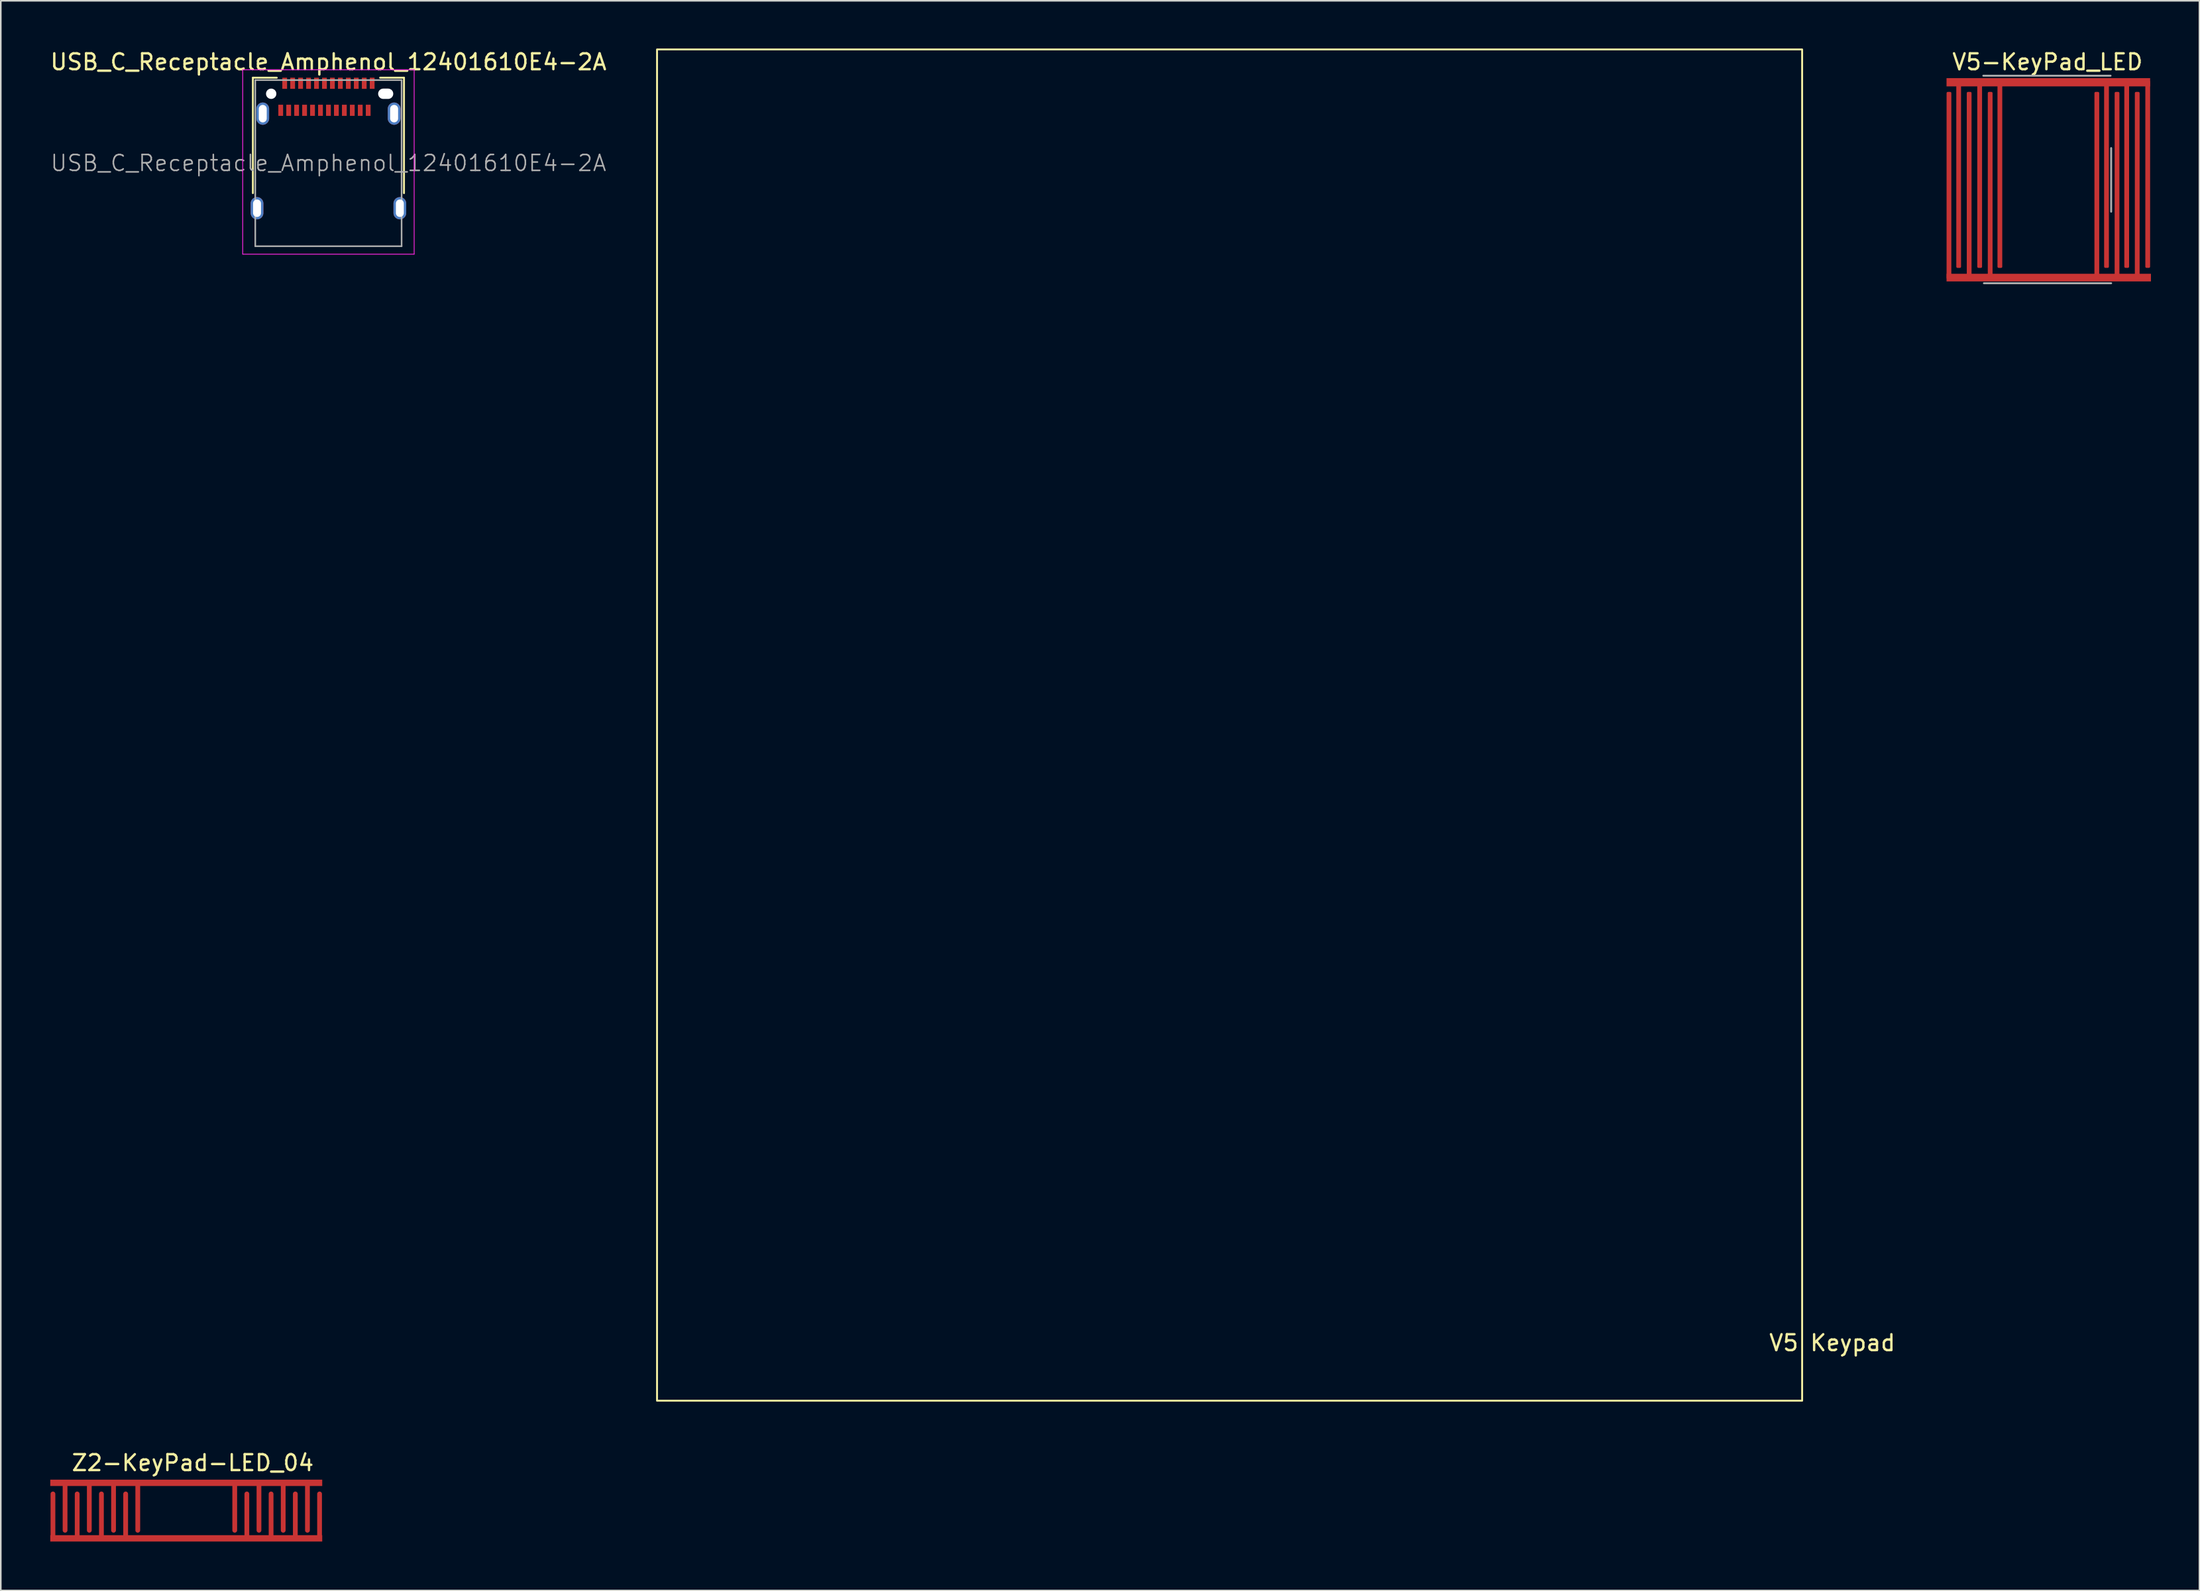
<source format=kicad_pcb>
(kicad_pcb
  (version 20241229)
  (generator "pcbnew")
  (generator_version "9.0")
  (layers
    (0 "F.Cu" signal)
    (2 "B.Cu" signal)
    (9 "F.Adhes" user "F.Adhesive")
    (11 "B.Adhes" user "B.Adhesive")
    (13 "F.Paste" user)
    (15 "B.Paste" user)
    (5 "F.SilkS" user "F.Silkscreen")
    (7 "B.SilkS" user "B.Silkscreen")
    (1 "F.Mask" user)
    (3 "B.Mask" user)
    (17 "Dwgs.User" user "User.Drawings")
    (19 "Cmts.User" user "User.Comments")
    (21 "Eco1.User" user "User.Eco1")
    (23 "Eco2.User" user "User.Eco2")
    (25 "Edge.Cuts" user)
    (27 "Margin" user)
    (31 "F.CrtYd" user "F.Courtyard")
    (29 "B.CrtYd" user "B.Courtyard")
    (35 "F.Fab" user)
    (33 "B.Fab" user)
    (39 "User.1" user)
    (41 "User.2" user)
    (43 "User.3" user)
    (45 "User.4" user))
  (footprint "USB_C_Receptacle_Amphenol_12401610E4-2A"
    (layer "F.Cu")
    (at 17.601 7.208)
    (property "Reference" "USB_C_Receptacle_Amphenol_12401610E4-2A" (at 0 -6.36 0) (layer "F.SilkS") (effects (font (size 1 1) (thickness 0.15))))
    (attr smd)
    (fp_line (start -4.75 -5.37) (end -4.75 1.89) (stroke (width 0.12) (type solid)) (layer "F.SilkS"))
    (fp_line (start -4.75 -5.37) (end -3.25 -5.37) (stroke (width 0.12) (type solid)) (layer "F.SilkS"))
    (fp_line (start 3.25 -5.37) (end 4.75 -5.37) (stroke (width 0.12) (type solid)) (layer "F.SilkS"))
    (fp_line (start 4.75 -5.37) (end 4.75 1.89) (stroke (width 0.12) (type solid)) (layer "F.SilkS"))
    (fp_line (start -5.39 -5.87) (end 5.39 -5.87) (stroke (width 0.05) (type solid)) (layer "F.CrtYd"))
    (fp_line (start -5.39 5.73) (end -5.39 -5.87) (stroke (width 0.05) (type solid)) (layer "F.CrtYd"))
    (fp_line (start 5.39 -5.87) (end 5.39 5.73) (stroke (width 0.05) (type solid)) (layer "F.CrtYd"))
    (fp_line (start 5.39 5.73) (end -5.39 5.73) (stroke (width 0.05) (type solid)) (layer "F.CrtYd"))
    (fp_line (start -4.6 -5.22) (end 4.6 -5.22) (stroke (width 0.1) (type solid)) (layer "F.Fab"))
    (fp_line (start -4.6 5.23) (end -4.6 -5.22) (stroke (width 0.1) (type solid)) (layer "F.Fab"))
    (fp_line (start -4.6 5.23) (end 4.6 5.23) (stroke (width 0.1) (type solid)) (layer "F.Fab"))
    (fp_line (start 4.6 5.23) (end 4.6 -5.22) (stroke (width 0.1) (type solid)) (layer "F.Fab"))
    (fp_text user "${REFERENCE}" (at 0 0 0) (layer "F.Fab") (effects (font (size 1 1) (thickness 0.1))))
    (pad "" np_thru_hole circle (at -3.6 -4.36) (size 0.65 0.65) (drill 0.65) (layers "*.Cu" "*.Mask"))
    (pad "" np_thru_hole oval (at 3.6 -4.36) (size 0.95 0.65) (drill oval 0.95 0.65) (layers "*.Cu" "*.Mask"))
    (pad "A1" smd rect (at -2.75 -5.02) (size 0.3 0.7) (layers "F.Cu" "F.Mask" "F.Paste"))
    (pad "A2" smd rect (at -2.25 -5.02) (size 0.3 0.7) (layers "F.Cu" "F.Mask" "F.Paste"))
    (pad "A3" smd rect (at -1.75 -5.02) (size 0.3 0.7) (layers "F.Cu" "F.Mask" "F.Paste"))
    (pad "A4" smd rect (at -1.25 -5.02) (size 0.3 0.7) (layers "F.Cu" "F.Mask" "F.Paste"))
    (pad "A5" smd rect (at -0.75 -5.02) (size 0.3 0.7) (layers "F.Cu" "F.Mask" "F.Paste"))
    (pad "A6" smd rect (at -0.25 -5.02) (size 0.3 0.7) (layers "F.Cu" "F.Mask" "F.Paste"))
    (pad "A7" smd rect (at 0.25 -5.02) (size 0.3 0.7) (layers "F.Cu" "F.Mask" "F.Paste"))
    (pad "A8" smd rect (at 0.75 -5.02) (size 0.3 0.7) (layers "F.Cu" "F.Mask" "F.Paste"))
    (pad "A9" smd rect (at 1.25 -5.02) (size 0.3 0.7) (layers "F.Cu" "F.Mask" "F.Paste"))
    (pad "A10" smd rect (at 1.75 -5.02) (size 0.3 0.7) (layers "F.Cu" "F.Mask" "F.Paste"))
    (pad "A11" smd rect (at 2.25 -5.02) (size 0.3 0.7) (layers "F.Cu" "F.Mask" "F.Paste"))
    (pad "A12" smd rect (at 2.75 -5.02) (size 0.3 0.7) (layers "F.Cu" "F.Mask" "F.Paste"))
    (pad "B1" smd rect (at 2.5 -3.32) (size 0.3 0.7) (layers "F.Cu" "F.Mask" "F.Paste"))
    (pad "B2" smd rect (at 2 -3.32) (size 0.3 0.7) (layers "F.Cu" "F.Mask" "F.Paste"))
    (pad "B3" smd rect (at 1.5 -3.32) (size 0.3 0.7) (layers "F.Cu" "F.Mask" "F.Paste"))
    (pad "B4" smd rect (at 1 -3.32) (size 0.3 0.7) (layers "F.Cu" "F.Mask" "F.Paste"))
    (pad "B5" smd rect (at 0.5 -3.32) (size 0.3 0.7) (layers "F.Cu" "F.Mask" "F.Paste"))
    (pad "B6" smd rect (at 0 -3.32) (size 0.3 0.7) (layers "F.Cu" "F.Mask" "F.Paste"))
    (pad "B7" smd rect (at -0.5 -3.32) (size 0.3 0.7) (layers "F.Cu" "F.Mask" "F.Paste"))
    (pad "B8" smd rect (at -1 -3.32) (size 0.3 0.7) (layers "F.Cu" "F.Mask" "F.Paste"))
    (pad "B9" smd rect (at -1.5 -3.32) (size 0.3 0.7) (layers "F.Cu" "F.Mask" "F.Paste"))
    (pad "B10" smd rect (at -2 -3.32) (size 0.3 0.7) (layers "F.Cu" "F.Mask" "F.Paste"))
    (pad "B11" smd rect (at -2.5 -3.32) (size 0.3 0.7) (layers "F.Cu" "F.Mask" "F.Paste"))
    (pad "B12" smd rect (at -3 -3.32) (size 0.3 0.7) (layers "F.Cu" "F.Mask" "F.Paste"))
    (pad "S1" thru_hole oval (at -4.49 2.84) (size 0.8 1.4) (drill oval 0.5 1.1) (layers "*.Cu" "*.Mask"))
    (pad "S1" thru_hole oval (at -4.13 -3.11) (size 0.8 1.4) (drill oval 0.5 1.1) (layers "*.Cu" "*.Mask"))
    (pad "S1" thru_hole oval (at 4.13 -3.11) (size 0.8 1.4) (drill oval 0.5 1.1) (layers "*.Cu" "*.Mask"))
    (pad "S1" thru_hole oval (at 4.49 2.84) (size 0.8 1.4) (drill oval 0.5 1.1) (layers "*.Cu" "*.Mask")))
  (footprint "V5 Keypad"
    (layer "F.Cu")
    (at 74.262 42.56)
    (property "Reference" "V5 Keypad" (at 37.897 38.862 0) (unlocked yes) (layer "F.SilkS") (effects (font (size 1 1) (thickness 0.15))))
    (fp_rect (start -36 -42.5) (end 36 42.5) (stroke (width 0.12) (type solid)) (fill no) (layer "F.SilkS")))
  (footprint "Z2-KeyPad-LED_04"
    (layer "F.Cu")
    (at 8.661 92.448)
    (property "Reference" "Z2-KeyPad-LED_04" (at 0.41 -3.48 0) (layer "F.SilkS") (effects (font (size 1 1) (thickness 0.15))))
    (attr through_hole)
    (fp_line (start -8.382 1.27) (end -8.382 -1.524) (stroke (width 0.3) (type solid)) (layer "F.Cu"))
    (fp_line (start -7.62 0.762) (end -7.62 -2.032) (stroke (width 0.3) (type solid)) (layer "F.Cu"))
    (fp_line (start -6.858 1.27) (end -6.858 -1.524) (stroke (width 0.3) (type solid)) (layer "F.Cu"))
    (fp_line (start -6.096 0.762) (end -6.096 -2.032) (stroke (width 0.3) (type solid)) (layer "F.Cu"))
    (fp_line (start -5.334 1.27) (end -5.334 -1.524) (stroke (width 0.3) (type solid)) (layer "F.Cu"))
    (fp_line (start -4.572 0.762) (end -4.572 -2.032) (stroke (width 0.3) (type solid)) (layer "F.Cu"))
    (fp_line (start -3.81 1.27) (end -3.81 -1.524) (stroke (width 0.3) (type solid)) (layer "F.Cu"))
    (fp_line (start -3.048 0.762) (end -3.048 -2.032) (stroke (width 0.3) (type solid)) (layer "F.Cu"))
    (fp_line (start 3.048 0.762) (end 3.048 -2.032) (stroke (width 0.3) (type solid)) (layer "F.Cu"))
    (fp_line (start 3.81 1.27) (end 3.81 -1.524) (stroke (width 0.3) (type solid)) (layer "F.Cu"))
    (fp_line (start 4.572 0.762) (end 4.572 -2.032) (stroke (width 0.3) (type solid)) (layer "F.Cu"))
    (fp_line (start 5.334 1.27) (end 5.334 -1.524) (stroke (width 0.3) (type solid)) (layer "F.Cu"))
    (fp_line (start 6.096 0.762) (end 6.096 -2.032) (stroke (width 0.3) (type solid)) (layer "F.Cu"))
    (fp_line (start 6.858 1.27) (end 6.858 -1.524) (stroke (width 0.3) (type solid)) (layer "F.Cu"))
    (fp_line (start 7.62 0.762) (end 7.62 -2.032) (stroke (width 0.3) (type solid)) (layer "F.Cu"))
    (fp_line (start 8.382 1.27) (end 8.382 -1.524) (stroke (width 0.3) (type solid)) (layer "F.Cu"))
    (fp_poly (pts (xy -2.743 1.473) (xy -8.611 1.497) (xy -8.611 -2.464) (xy -2.743 -2.489)) (stroke (width 0.1) (type solid)) (fill yes) (layer "F.Mask"))
    (fp_poly (pts (xy 8.611 1.499) (xy 2.794 1.498) (xy 2.794 -2.463) (xy 8.611 -2.464)) (stroke (width 0.1) (type solid)) (fill yes) (layer "F.Mask"))
    (pad "1" smd rect (at 0 1.27) (size 17.1 0.4) (layers "F.Cu" "F.Mask" "F.Paste"))
    (pad "2" smd rect (at 0 -2.223) (size 17.1 0.4) (layers "F.Cu" "F.Mask" "F.Paste")))
  (footprint "V5-KeyPad_LED"
    (layer "F.Cu")
    (at 125.692 8.265)
    (property "Reference" "V5-KeyPad_LED" (at 0 -7.417 0) (layer "F.SilkS") (effects (font (size 1 1) (thickness 0.15))))
    (attr through_hole)
    (fp_poly (pts (xy -2.596 6.341) (xy -6.405 6.335) (xy -6.401 -6.399) (xy -2.592 -6.4)) (stroke (width 0.1) (type solid)) (fill yes) (layer "F.Mask"))
    (fp_poly (pts (xy 6.497 6.346) (xy 2.687 6.34) (xy 2.691 -6.399) (xy 6.501 -6.4)) (stroke (width 0.1) (type solid)) (fill yes) (layer "F.Mask"))
    (fp_line (start -4.038 -6.553) (end 3.962 -6.553) (stroke (width 0.12) (type solid)) (layer "F.Fab"))
    (fp_line (start 4 -2) (end 4 2) (stroke (width 0.12) (type solid)) (layer "F.Fab"))
    (fp_line (start 4 6.502) (end -4 6.502) (stroke (width 0.12) (type solid)) (layer "F.Fab"))
    (pad "1" smd roundrect (at -6.198 0.356) (size 0.3 11.78) (layers "F.Cu" "F.Mask" "F.Paste") (roundrect_rratio 0.25))
    (pad "1" smd roundrect (at -4.928 0.356) (size 0.3 11.78) (layers "F.Cu" "F.Mask" "F.Paste") (roundrect_rratio 0.25))
    (pad "1" smd roundrect (at -3.607 0.356) (size 0.3 11.78) (layers "F.Cu" "F.Mask" "F.Paste") (roundrect_rratio 0.25))
    (pad "1" smd rect (at 0.076 6.147) (size 12.852 0.481) (layers "F.Cu" "F.Mask" "F.Paste"))
    (pad "1" smd roundrect (at 3.099 0.356) (size 0.3 11.78) (layers "F.Cu" "F.Mask" "F.Paste") (roundrect_rratio 0.25))
    (pad "1" smd roundrect (at 4.369 0.356) (size 0.3 11.78) (layers "F.Cu" "F.Mask" "F.Paste") (roundrect_rratio 0.25))
    (pad "1" smd roundrect (at 5.639 0.356) (size 0.3 11.78) (layers "F.Cu" "F.Mask" "F.Paste") (roundrect_rratio 0.25))
    (pad "2" smd roundrect (at -5.587 -0.353) (size 0.3 11.78) (layers "F.Cu" "F.Mask" "F.Paste") (roundrect_rratio 0.25))
    (pad "2" smd roundrect (at -4.267 -0.353) (size 0.3 11.78) (layers "F.Cu" "F.Mask" "F.Paste") (roundrect_rratio 0.25))
    (pad "2" smd roundrect (at -2.997 -0.353) (size 0.3 11.78) (layers "F.Cu" "F.Mask" "F.Paste") (roundrect_rratio 0.25))
    (pad "2" smd rect (at 0.05 -6.14) (size 12.802 0.518) (layers "F.Cu" "F.Mask" "F.Paste"))
    (pad "2" smd roundrect (at 3.708 -0.356) (size 0.3 11.78) (layers "F.Cu" "F.Mask" "F.Paste") (roundrect_rratio 0.25))
    (pad "2" smd roundrect (at 4.978 -0.356) (size 0.3 11.78) (layers "F.Cu" "F.Mask" "F.Paste") (roundrect_rratio 0.25))
    (pad "2" smd roundrect (at 6.299 -0.356) (size 0.3 11.78) (layers "F.Cu" "F.Mask" "F.Paste") (roundrect_rratio 0.25)))
  (gr_rect
    (start -3 -3)
    (end 135.243 96.997)
    (stroke (width 0.1) (type default))
    (fill no)
    (layer "Edge.Cuts")))
</source>
